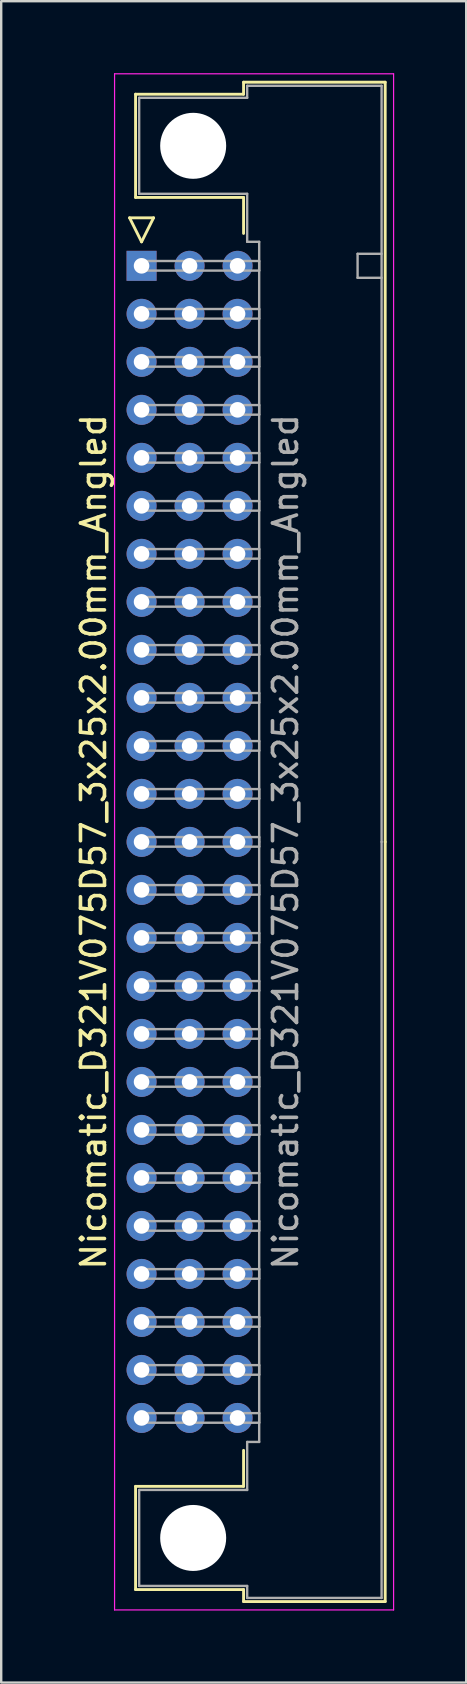
<source format=kicad_pcb>
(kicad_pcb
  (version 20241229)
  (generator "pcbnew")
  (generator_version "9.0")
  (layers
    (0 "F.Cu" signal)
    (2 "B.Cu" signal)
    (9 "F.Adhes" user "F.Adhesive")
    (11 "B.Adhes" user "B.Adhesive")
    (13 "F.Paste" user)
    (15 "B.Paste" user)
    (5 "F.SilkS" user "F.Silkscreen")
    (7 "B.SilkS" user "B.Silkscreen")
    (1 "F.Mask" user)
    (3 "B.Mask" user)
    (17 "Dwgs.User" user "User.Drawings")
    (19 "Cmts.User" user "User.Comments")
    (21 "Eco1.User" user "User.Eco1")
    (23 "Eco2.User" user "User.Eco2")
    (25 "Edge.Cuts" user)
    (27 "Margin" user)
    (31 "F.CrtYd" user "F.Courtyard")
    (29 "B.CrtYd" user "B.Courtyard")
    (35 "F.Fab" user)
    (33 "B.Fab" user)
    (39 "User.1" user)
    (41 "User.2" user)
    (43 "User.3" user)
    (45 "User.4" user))
  (footprint "Nicomatic_D321V075D57_3x25x2.00mm_Angled"
    (layer "F.Cu")
    (at 2.848 8.025)
    (property "Reference" "Nicomatic_D321V075D57_3x25x2.00mm_Angled" (at -2 24 90) (layer "F.SilkS") (effects (font (size 1 1) (thickness 0.15))))
    (attr through_hole)
    (fp_line (start -0.5 -2) (end 0 -1) (stroke (width 0.12) (type solid)) (layer "F.SilkS"))
    (fp_line (start -0.25 -7.15) (end -0.25 -2.85) (stroke (width 0.12) (type solid)) (layer "F.SilkS"))
    (fp_line (start -0.25 -2.85) (end 4.25 -2.85) (stroke (width 0.12) (type solid)) (layer "F.SilkS"))
    (fp_line (start -0.25 50.85) (end 4.25 50.85) (stroke (width 0.12) (type solid)) (layer "F.SilkS"))
    (fp_line (start -0.25 55.15) (end -0.25 50.85) (stroke (width 0.12) (type solid)) (layer "F.SilkS"))
    (fp_line (start 0 -1) (end 0.5 -2) (stroke (width 0.12) (type solid)) (layer "F.SilkS"))
    (fp_line (start 0.5 -2) (end -0.5 -2) (stroke (width 0.12) (type solid)) (layer "F.SilkS"))
    (fp_line (start 4.25 -7.65) (end 4.25 -7.15) (stroke (width 0.12) (type solid)) (layer "F.SilkS"))
    (fp_line (start 4.25 -7.15) (end -0.25 -7.15) (stroke (width 0.12) (type solid)) (layer "F.SilkS"))
    (fp_line (start 4.25 -2.85) (end 4.25 -1.35) (stroke (width 0.12) (type solid)) (layer "F.SilkS"))
    (fp_line (start 4.25 50.85) (end 4.25 49.35) (stroke (width 0.12) (type solid)) (layer "F.SilkS"))
    (fp_line (start 4.25 55.15) (end -0.25 55.15) (stroke (width 0.12) (type solid)) (layer "F.SilkS"))
    (fp_line (start 4.25 55.65) (end 4.25 55.15) (stroke (width 0.12) (type solid)) (layer "F.SilkS"))
    (fp_line (start 10.15 -7.65) (end 4.25 -7.65) (stroke (width 0.12) (type solid)) (layer "F.SilkS"))
    (fp_line (start 10.15 24) (end 10.15 -7.65) (stroke (width 0.12) (type solid)) (layer "F.SilkS"))
    (fp_line (start 10.15 24) (end 10.15 55.65) (stroke (width 0.12) (type solid)) (layer "F.SilkS"))
    (fp_line (start 10.15 55.65) (end 4.25 55.65) (stroke (width 0.12) (type solid)) (layer "F.SilkS"))
    (fp_line (start -1.125 -8) (end -1.125 56) (stroke (width 0.05) (type solid)) (layer "F.CrtYd"))
    (fp_line (start -1.125 56) (end 10.5 56) (stroke (width 0.05) (type solid)) (layer "F.CrtYd"))
    (fp_line (start 10.5 -8) (end -1.125 -8) (stroke (width 0.05) (type solid)) (layer "F.CrtYd"))
    (fp_line (start 10.5 56) (end 10.5 -8) (stroke (width 0.05) (type solid)) (layer "F.CrtYd"))
    (fp_line (start -0.1 -7) (end -0.1 -3) (stroke (width 0.1) (type solid)) (layer "F.Fab"))
    (fp_line (start -0.1 -3) (end 4.4 -3) (stroke (width 0.1) (type solid)) (layer "F.Fab"))
    (fp_line (start -0.1 51) (end 4.4 51) (stroke (width 0.1) (type solid)) (layer "F.Fab"))
    (fp_line (start -0.1 55) (end -0.1 51) (stroke (width 0.1) (type solid)) (layer "F.Fab"))
    (fp_line (start 0 -0.2) (end 0 0.2) (stroke (width 0.1) (type solid)) (layer "F.Fab"))
    (fp_line (start 0 0.2) (end 4.9 0.2) (stroke (width 0.1) (type solid)) (layer "F.Fab"))
    (fp_line (start 0 1.8) (end 0 2.2) (stroke (width 0.1) (type solid)) (layer "F.Fab"))
    (fp_line (start 0 2.2) (end 4.9 2.2) (stroke (width 0.1) (type solid)) (layer "F.Fab"))
    (fp_line (start 0 3.8) (end 0 4.2) (stroke (width 0.1) (type solid)) (layer "F.Fab"))
    (fp_line (start 0 4.2) (end 4.9 4.2) (stroke (width 0.1) (type solid)) (layer "F.Fab"))
    (fp_line (start 0 5.8) (end 0 6.2) (stroke (width 0.1) (type solid)) (layer "F.Fab"))
    (fp_line (start 0 6.2) (end 4.9 6.2) (stroke (width 0.1) (type solid)) (layer "F.Fab"))
    (fp_line (start 0 7.8) (end 0 8.2) (stroke (width 0.1) (type solid)) (layer "F.Fab"))
    (fp_line (start 0 8.2) (end 4.9 8.2) (stroke (width 0.1) (type solid)) (layer "F.Fab"))
    (fp_line (start 0 9.8) (end 0 10.2) (stroke (width 0.1) (type solid)) (layer "F.Fab"))
    (fp_line (start 0 10.2) (end 4.9 10.2) (stroke (width 0.1) (type solid)) (layer "F.Fab"))
    (fp_line (start 0 11.8) (end 0 12.2) (stroke (width 0.1) (type solid)) (layer "F.Fab"))
    (fp_line (start 0 12.2) (end 4.9 12.2) (stroke (width 0.1) (type solid)) (layer "F.Fab"))
    (fp_line (start 0 13.8) (end 0 14.2) (stroke (width 0.1) (type solid)) (layer "F.Fab"))
    (fp_line (start 0 14.2) (end 4.9 14.2) (stroke (width 0.1) (type solid)) (layer "F.Fab"))
    (fp_line (start 0 15.8) (end 0 16.2) (stroke (width 0.1) (type solid)) (layer "F.Fab"))
    (fp_line (start 0 16.2) (end 4.9 16.2) (stroke (width 0.1) (type solid)) (layer "F.Fab"))
    (fp_line (start 0 17.8) (end 0 18.2) (stroke (width 0.1) (type solid)) (layer "F.Fab"))
    (fp_line (start 0 18.2) (end 4.9 18.2) (stroke (width 0.1) (type solid)) (layer "F.Fab"))
    (fp_line (start 0 19.8) (end 0 20.2) (stroke (width 0.1) (type solid)) (layer "F.Fab"))
    (fp_line (start 0 20.2) (end 4.9 20.2) (stroke (width 0.1) (type solid)) (layer "F.Fab"))
    (fp_line (start 0 21.8) (end 0 22.2) (stroke (width 0.1) (type solid)) (layer "F.Fab"))
    (fp_line (start 0 22.2) (end 4.9 22.2) (stroke (width 0.1) (type solid)) (layer "F.Fab"))
    (fp_line (start 0 23.8) (end 0 24.2) (stroke (width 0.1) (type solid)) (layer "F.Fab"))
    (fp_line (start 0 24.2) (end 4.9 24.2) (stroke (width 0.1) (type solid)) (layer "F.Fab"))
    (fp_line (start 0 25.8) (end 0 26.2) (stroke (width 0.1) (type solid)) (layer "F.Fab"))
    (fp_line (start 0 26.2) (end 4.9 26.2) (stroke (width 0.1) (type solid)) (layer "F.Fab"))
    (fp_line (start 0 27.8) (end 0 28.2) (stroke (width 0.1) (type solid)) (layer "F.Fab"))
    (fp_line (start 0 28.2) (end 4.9 28.2) (stroke (width 0.1) (type solid)) (layer "F.Fab"))
    (fp_line (start 0 29.8) (end 0 30.2) (stroke (width 0.1) (type solid)) (layer "F.Fab"))
    (fp_line (start 0 30.2) (end 4.9 30.2) (stroke (width 0.1) (type solid)) (layer "F.Fab"))
    (fp_line (start 0 31.8) (end 0 32.2) (stroke (width 0.1) (type solid)) (layer "F.Fab"))
    (fp_line (start 0 32.2) (end 4.9 32.2) (stroke (width 0.1) (type solid)) (layer "F.Fab"))
    (fp_line (start 0 33.8) (end 0 34.2) (stroke (width 0.1) (type solid)) (layer "F.Fab"))
    (fp_line (start 0 34.2) (end 4.9 34.2) (stroke (width 0.1) (type solid)) (layer "F.Fab"))
    (fp_line (start 0 35.8) (end 0 36.2) (stroke (width 0.1) (type solid)) (layer "F.Fab"))
    (fp_line (start 0 36.2) (end 4.9 36.2) (stroke (width 0.1) (type solid)) (layer "F.Fab"))
    (fp_line (start 0 37.8) (end 0 38.2) (stroke (width 0.1) (type solid)) (layer "F.Fab"))
    (fp_line (start 0 38.2) (end 4.9 38.2) (stroke (width 0.1) (type solid)) (layer "F.Fab"))
    (fp_line (start 0 39.8) (end 0 40.2) (stroke (width 0.1) (type solid)) (layer "F.Fab"))
    (fp_line (start 0 40.2) (end 4.9 40.2) (stroke (width 0.1) (type solid)) (layer "F.Fab"))
    (fp_line (start 0 41.8) (end 0 42.2) (stroke (width 0.1) (type solid)) (layer "F.Fab"))
    (fp_line (start 0 42.2) (end 4.9 42.2) (stroke (width 0.1) (type solid)) (layer "F.Fab"))
    (fp_line (start 0 43.8) (end 0 44.2) (stroke (width 0.1) (type solid)) (layer "F.Fab"))
    (fp_line (start 0 44.2) (end 4.9 44.2) (stroke (width 0.1) (type solid)) (layer "F.Fab"))
    (fp_line (start 0 45.8) (end 0 46.2) (stroke (width 0.1) (type solid)) (layer "F.Fab"))
    (fp_line (start 0 46.2) (end 4.9 46.2) (stroke (width 0.1) (type solid)) (layer "F.Fab"))
    (fp_line (start 0 47.8) (end 0 48.2) (stroke (width 0.1) (type solid)) (layer "F.Fab"))
    (fp_line (start 0 48.2) (end 4.9 48.2) (stroke (width 0.1) (type solid)) (layer "F.Fab"))
    (fp_line (start 4.4 -7.5) (end 4.4 -7) (stroke (width 0.1) (type solid)) (layer "F.Fab"))
    (fp_line (start 4.4 -7) (end -0.1 -7) (stroke (width 0.1) (type solid)) (layer "F.Fab"))
    (fp_line (start 4.4 -3) (end 4.4 -1) (stroke (width 0.1) (type solid)) (layer "F.Fab"))
    (fp_line (start 4.4 -1) (end 4.9 -1) (stroke (width 0.1) (type solid)) (layer "F.Fab"))
    (fp_line (start 4.4 49) (end 4.9 49) (stroke (width 0.1) (type solid)) (layer "F.Fab"))
    (fp_line (start 4.4 51) (end 4.4 49) (stroke (width 0.1) (type solid)) (layer "F.Fab"))
    (fp_line (start 4.4 55) (end -0.1 55) (stroke (width 0.1) (type solid)) (layer "F.Fab"))
    (fp_line (start 4.4 55.5) (end 4.4 55) (stroke (width 0.1) (type solid)) (layer "F.Fab"))
    (fp_line (start 4.9 -1) (end 4.9 24) (stroke (width 0.1) (type solid)) (layer "F.Fab"))
    (fp_line (start 4.9 -0.2) (end 0 -0.2) (stroke (width 0.1) (type solid)) (layer "F.Fab"))
    (fp_line (start 4.9 0.2) (end 4.9 -0.2) (stroke (width 0.1) (type solid)) (layer "F.Fab"))
    (fp_line (start 4.9 1.8) (end 0 1.8) (stroke (width 0.1) (type solid)) (layer "F.Fab"))
    (fp_line (start 4.9 2.2) (end 4.9 1.8) (stroke (width 0.1) (type solid)) (layer "F.Fab"))
    (fp_line (start 4.9 3.8) (end 0 3.8) (stroke (width 0.1) (type solid)) (layer "F.Fab"))
    (fp_line (start 4.9 4.2) (end 4.9 3.8) (stroke (width 0.1) (type solid)) (layer "F.Fab"))
    (fp_line (start 4.9 5.8) (end 0 5.8) (stroke (width 0.1) (type solid)) (layer "F.Fab"))
    (fp_line (start 4.9 6.2) (end 4.9 5.8) (stroke (width 0.1) (type solid)) (layer "F.Fab"))
    (fp_line (start 4.9 7.8) (end 0 7.8) (stroke (width 0.1) (type solid)) (layer "F.Fab"))
    (fp_line (start 4.9 8.2) (end 4.9 7.8) (stroke (width 0.1) (type solid)) (layer "F.Fab"))
    (fp_line (start 4.9 9.8) (end 0 9.8) (stroke (width 0.1) (type solid)) (layer "F.Fab"))
    (fp_line (start 4.9 10.2) (end 4.9 9.8) (stroke (width 0.1) (type solid)) (layer "F.Fab"))
    (fp_line (start 4.9 11.8) (end 0 11.8) (stroke (width 0.1) (type solid)) (layer "F.Fab"))
    (fp_line (start 4.9 12.2) (end 4.9 11.8) (stroke (width 0.1) (type solid)) (layer "F.Fab"))
    (fp_line (start 4.9 13.8) (end 0 13.8) (stroke (width 0.1) (type solid)) (layer "F.Fab"))
    (fp_line (start 4.9 14.2) (end 4.9 13.8) (stroke (width 0.1) (type solid)) (layer "F.Fab"))
    (fp_line (start 4.9 15.8) (end 0 15.8) (stroke (width 0.1) (type solid)) (layer "F.Fab"))
    (fp_line (start 4.9 16.2) (end 4.9 15.8) (stroke (width 0.1) (type solid)) (layer "F.Fab"))
    (fp_line (start 4.9 17.8) (end 0 17.8) (stroke (width 0.1) (type solid)) (layer "F.Fab"))
    (fp_line (start 4.9 18.2) (end 4.9 17.8) (stroke (width 0.1) (type solid)) (layer "F.Fab"))
    (fp_line (start 4.9 19.8) (end 0 19.8) (stroke (width 0.1) (type solid)) (layer "F.Fab"))
    (fp_line (start 4.9 20.2) (end 4.9 19.8) (stroke (width 0.1) (type solid)) (layer "F.Fab"))
    (fp_line (start 4.9 21.8) (end 0 21.8) (stroke (width 0.1) (type solid)) (layer "F.Fab"))
    (fp_line (start 4.9 22.2) (end 4.9 21.8) (stroke (width 0.1) (type solid)) (layer "F.Fab"))
    (fp_line (start 4.9 23.8) (end 0 23.8) (stroke (width 0.1) (type solid)) (layer "F.Fab"))
    (fp_line (start 4.9 24.2) (end 4.9 23.8) (stroke (width 0.1) (type solid)) (layer "F.Fab"))
    (fp_line (start 4.9 25.8) (end 0 25.8) (stroke (width 0.1) (type solid)) (layer "F.Fab"))
    (fp_line (start 4.9 26.2) (end 4.9 25.8) (stroke (width 0.1) (type solid)) (layer "F.Fab"))
    (fp_line (start 4.9 27.8) (end 0 27.8) (stroke (width 0.1) (type solid)) (layer "F.Fab"))
    (fp_line (start 4.9 28.2) (end 4.9 27.8) (stroke (width 0.1) (type solid)) (layer "F.Fab"))
    (fp_line (start 4.9 29.8) (end 0 29.8) (stroke (width 0.1) (type solid)) (layer "F.Fab"))
    (fp_line (start 4.9 30.2) (end 4.9 29.8) (stroke (width 0.1) (type solid)) (layer "F.Fab"))
    (fp_line (start 4.9 31.8) (end 0 31.8) (stroke (width 0.1) (type solid)) (layer "F.Fab"))
    (fp_line (start 4.9 32.2) (end 4.9 31.8) (stroke (width 0.1) (type solid)) (layer "F.Fab"))
    (fp_line (start 4.9 33.8) (end 0 33.8) (stroke (width 0.1) (type solid)) (layer "F.Fab"))
    (fp_line (start 4.9 34.2) (end 4.9 33.8) (stroke (width 0.1) (type solid)) (layer "F.Fab"))
    (fp_line (start 4.9 35.8) (end 0 35.8) (stroke (width 0.1) (type solid)) (layer "F.Fab"))
    (fp_line (start 4.9 36.2) (end 4.9 35.8) (stroke (width 0.1) (type solid)) (layer "F.Fab"))
    (fp_line (start 4.9 37.8) (end 0 37.8) (stroke (width 0.1) (type solid)) (layer "F.Fab"))
    (fp_line (start 4.9 38.2) (end 4.9 37.8) (stroke (width 0.1) (type solid)) (layer "F.Fab"))
    (fp_line (start 4.9 39.8) (end 0 39.8) (stroke (width 0.1) (type solid)) (layer "F.Fab"))
    (fp_line (start 4.9 40.2) (end 4.9 39.8) (stroke (width 0.1) (type solid)) (layer "F.Fab"))
    (fp_line (start 4.9 41.8) (end 0 41.8) (stroke (width 0.1) (type solid)) (layer "F.Fab"))
    (fp_line (start 4.9 42.2) (end 4.9 41.8) (stroke (width 0.1) (type solid)) (layer "F.Fab"))
    (fp_line (start 4.9 43.8) (end 0 43.8) (stroke (width 0.1) (type solid)) (layer "F.Fab"))
    (fp_line (start 4.9 44.2) (end 4.9 43.8) (stroke (width 0.1) (type solid)) (layer "F.Fab"))
    (fp_line (start 4.9 45.8) (end 0 45.8) (stroke (width 0.1) (type solid)) (layer "F.Fab"))
    (fp_line (start 4.9 46.2) (end 4.9 45.8) (stroke (width 0.1) (type solid)) (layer "F.Fab"))
    (fp_line (start 4.9 47.8) (end 0 47.8) (stroke (width 0.1) (type solid)) (layer "F.Fab"))
    (fp_line (start 4.9 48.2) (end 4.9 47.8) (stroke (width 0.1) (type solid)) (layer "F.Fab"))
    (fp_line (start 4.9 49) (end 4.9 24) (stroke (width 0.1) (type solid)) (layer "F.Fab"))
    (fp_line (start 9 -0.5) (end 9 0.5) (stroke (width 0.1) (type solid)) (layer "F.Fab"))
    (fp_line (start 9 0.5) (end 10 0.5) (stroke (width 0.1) (type solid)) (layer "F.Fab"))
    (fp_line (start 10 -7.5) (end 4.4 -7.5) (stroke (width 0.1) (type solid)) (layer "F.Fab"))
    (fp_line (start 10 -0.5) (end 9 -0.5) (stroke (width 0.1) (type solid)) (layer "F.Fab"))
    (fp_line (start 10 24) (end 10 -7.5) (stroke (width 0.1) (type solid)) (layer "F.Fab"))
    (fp_line (start 10 24) (end 10 55.5) (stroke (width 0.1) (type solid)) (layer "F.Fab"))
    (fp_line (start 10 55.5) (end 4.4 55.5) (stroke (width 0.1) (type solid)) (layer "F.Fab"))
    (fp_text user "${REFERENCE}" (at 6 24 90) (layer "F.Fab") (effects (font (size 1 1) (thickness 0.15))))
    (pad "" np_thru_hole circle (at 2.15 -5) (size 2.75 2.75) (drill 2.75) (layers "*.Cu" "*.Mask"))
    (pad "" np_thru_hole circle (at 2.15 53) (size 2.75 2.75) (drill 2.75) (layers "*.Cu" "*.Mask"))
    (pad "1" thru_hole rect (at 0 0) (size 1.25 1.25) (drill 0.65) (layers "*.Cu" "*.Mask"))
    (pad "2" thru_hole oval (at 0 2) (size 1.25 1.25) (drill 0.65) (layers "*.Cu" "*.Mask"))
    (pad "3" thru_hole oval (at 0 4) (size 1.25 1.25) (drill 0.65) (layers "*.Cu" "*.Mask"))
    (pad "4" thru_hole oval (at 0 6) (size 1.25 1.25) (drill 0.65) (layers "*.Cu" "*.Mask"))
    (pad "5" thru_hole oval (at 0 8) (size 1.25 1.25) (drill 0.65) (layers "*.Cu" "*.Mask"))
    (pad "6" thru_hole oval (at 0 10) (size 1.25 1.25) (drill 0.65) (layers "*.Cu" "*.Mask"))
    (pad "7" thru_hole oval (at 0 12) (size 1.25 1.25) (drill 0.65) (layers "*.Cu" "*.Mask"))
    (pad "8" thru_hole oval (at 0 14) (size 1.25 1.25) (drill 0.65) (layers "*.Cu" "*.Mask"))
    (pad "9" thru_hole oval (at 0 16) (size 1.25 1.25) (drill 0.65) (layers "*.Cu" "*.Mask"))
    (pad "10" thru_hole oval (at 0 18) (size 1.25 1.25) (drill 0.65) (layers "*.Cu" "*.Mask"))
    (pad "11" thru_hole oval (at 0 20) (size 1.25 1.25) (drill 0.65) (layers "*.Cu" "*.Mask"))
    (pad "12" thru_hole oval (at 0 22) (size 1.25 1.25) (drill 0.65) (layers "*.Cu" "*.Mask"))
    (pad "13" thru_hole oval (at 0 24) (size 1.25 1.25) (drill 0.65) (layers "*.Cu" "*.Mask"))
    (pad "14" thru_hole oval (at 0 26) (size 1.25 1.25) (drill 0.65) (layers "*.Cu" "*.Mask"))
    (pad "15" thru_hole oval (at 0 28) (size 1.25 1.25) (drill 0.65) (layers "*.Cu" "*.Mask"))
    (pad "16" thru_hole oval (at 0 30) (size 1.25 1.25) (drill 0.65) (layers "*.Cu" "*.Mask"))
    (pad "17" thru_hole oval (at 0 32) (size 1.25 1.25) (drill 0.65) (layers "*.Cu" "*.Mask"))
    (pad "18" thru_hole oval (at 0 34) (size 1.25 1.25) (drill 0.65) (layers "*.Cu" "*.Mask"))
    (pad "19" thru_hole oval (at 0 36) (size 1.25 1.25) (drill 0.65) (layers "*.Cu" "*.Mask"))
    (pad "20" thru_hole oval (at 0 38) (size 1.25 1.25) (drill 0.65) (layers "*.Cu" "*.Mask"))
    (pad "21" thru_hole oval (at 0 40) (size 1.25 1.25) (drill 0.65) (layers "*.Cu" "*.Mask"))
    (pad "22" thru_hole oval (at 0 42) (size 1.25 1.25) (drill 0.65) (layers "*.Cu" "*.Mask"))
    (pad "23" thru_hole oval (at 0 44) (size 1.25 1.25) (drill 0.65) (layers "*.Cu" "*.Mask"))
    (pad "24" thru_hole oval (at 0 46) (size 1.25 1.25) (drill 0.65) (layers "*.Cu" "*.Mask"))
    (pad "25" thru_hole oval (at 0 48) (size 1.25 1.25) (drill 0.65) (layers "*.Cu" "*.Mask"))
    (pad "26" thru_hole oval (at 2 0) (size 1.25 1.25) (drill 0.65) (layers "*.Cu" "*.Mask"))
    (pad "27" thru_hole oval (at 2 2) (size 1.25 1.25) (drill 0.65) (layers "*.Cu" "*.Mask"))
    (pad "28" thru_hole oval (at 2 4) (size 1.25 1.25) (drill 0.65) (layers "*.Cu" "*.Mask"))
    (pad "29" thru_hole oval (at 2 6) (size 1.25 1.25) (drill 0.65) (layers "*.Cu" "*.Mask"))
    (pad "30" thru_hole oval (at 2 8) (size 1.25 1.25) (drill 0.65) (layers "*.Cu" "*.Mask"))
    (pad "31" thru_hole oval (at 2 10) (size 1.25 1.25) (drill 0.65) (layers "*.Cu" "*.Mask"))
    (pad "32" thru_hole oval (at 2 12) (size 1.25 1.25) (drill 0.65) (layers "*.Cu" "*.Mask"))
    (pad "33" thru_hole oval (at 2 14) (size 1.25 1.25) (drill 0.65) (layers "*.Cu" "*.Mask"))
    (pad "34" thru_hole oval (at 2 16) (size 1.25 1.25) (drill 0.65) (layers "*.Cu" "*.Mask"))
    (pad "35" thru_hole oval (at 2 18) (size 1.25 1.25) (drill 0.65) (layers "*.Cu" "*.Mask"))
    (pad "36" thru_hole oval (at 2 20) (size 1.25 1.25) (drill 0.65) (layers "*.Cu" "*.Mask"))
    (pad "37" thru_hole oval (at 2 22) (size 1.25 1.25) (drill 0.65) (layers "*.Cu" "*.Mask"))
    (pad "38" thru_hole oval (at 2 24) (size 1.25 1.25) (drill 0.65) (layers "*.Cu" "*.Mask"))
    (pad "39" thru_hole oval (at 2 26) (size 1.25 1.25) (drill 0.65) (layers "*.Cu" "*.Mask"))
    (pad "40" thru_hole oval (at 2 28) (size 1.25 1.25) (drill 0.65) (layers "*.Cu" "*.Mask"))
    (pad "41" thru_hole oval (at 2 30) (size 1.25 1.25) (drill 0.65) (layers "*.Cu" "*.Mask"))
    (pad "42" thru_hole oval (at 2 32) (size 1.25 1.25) (drill 0.65) (layers "*.Cu" "*.Mask"))
    (pad "43" thru_hole oval (at 2 34) (size 1.25 1.25) (drill 0.65) (layers "*.Cu" "*.Mask"))
    (pad "44" thru_hole oval (at 2 36) (size 1.25 1.25) (drill 0.65) (layers "*.Cu" "*.Mask"))
    (pad "45" thru_hole oval (at 2 38) (size 1.25 1.25) (drill 0.65) (layers "*.Cu" "*.Mask"))
    (pad "46" thru_hole oval (at 2 40) (size 1.25 1.25) (drill 0.65) (layers "*.Cu" "*.Mask"))
    (pad "47" thru_hole oval (at 2 42) (size 1.25 1.25) (drill 0.65) (layers "*.Cu" "*.Mask"))
    (pad "48" thru_hole oval (at 2 44) (size 1.25 1.25) (drill 0.65) (layers "*.Cu" "*.Mask"))
    (pad "49" thru_hole oval (at 2 46) (size 1.25 1.25) (drill 0.65) (layers "*.Cu" "*.Mask"))
    (pad "50" thru_hole oval (at 2 48) (size 1.25 1.25) (drill 0.65) (layers "*.Cu" "*.Mask"))
    (pad "51" thru_hole oval (at 4 0) (size 1.25 1.25) (drill 0.65) (layers "*.Cu" "*.Mask"))
    (pad "52" thru_hole oval (at 4 2) (size 1.25 1.25) (drill 0.65) (layers "*.Cu" "*.Mask"))
    (pad "53" thru_hole oval (at 4 4) (size 1.25 1.25) (drill 0.65) (layers "*.Cu" "*.Mask"))
    (pad "54" thru_hole oval (at 4 6) (size 1.25 1.25) (drill 0.65) (layers "*.Cu" "*.Mask"))
    (pad "55" thru_hole oval (at 4 8) (size 1.25 1.25) (drill 0.65) (layers "*.Cu" "*.Mask"))
    (pad "56" thru_hole oval (at 4 10) (size 1.25 1.25) (drill 0.65) (layers "*.Cu" "*.Mask"))
    (pad "57" thru_hole oval (at 4 12) (size 1.25 1.25) (drill 0.65) (layers "*.Cu" "*.Mask"))
    (pad "58" thru_hole oval (at 4 14) (size 1.25 1.25) (drill 0.65) (layers "*.Cu" "*.Mask"))
    (pad "59" thru_hole oval (at 4 16) (size 1.25 1.25) (drill 0.65) (layers "*.Cu" "*.Mask"))
    (pad "60" thru_hole oval (at 4 18) (size 1.25 1.25) (drill 0.65) (layers "*.Cu" "*.Mask"))
    (pad "61" thru_hole oval (at 4 20) (size 1.25 1.25) (drill 0.65) (layers "*.Cu" "*.Mask"))
    (pad "62" thru_hole oval (at 4 22) (size 1.25 1.25) (drill 0.65) (layers "*.Cu" "*.Mask"))
    (pad "63" thru_hole oval (at 4 24) (size 1.25 1.25) (drill 0.65) (layers "*.Cu" "*.Mask"))
    (pad "64" thru_hole oval (at 4 26) (size 1.25 1.25) (drill 0.65) (layers "*.Cu" "*.Mask"))
    (pad "65" thru_hole oval (at 4 28) (size 1.25 1.25) (drill 0.65) (layers "*.Cu" "*.Mask"))
    (pad "66" thru_hole oval (at 4 30) (size 1.25 1.25) (drill 0.65) (layers "*.Cu" "*.Mask"))
    (pad "67" thru_hole oval (at 4 32) (size 1.25 1.25) (drill 0.65) (layers "*.Cu" "*.Mask"))
    (pad "68" thru_hole oval (at 4 34) (size 1.25 1.25) (drill 0.65) (layers "*.Cu" "*.Mask"))
    (pad "69" thru_hole oval (at 4 36) (size 1.25 1.25) (drill 0.65) (layers "*.Cu" "*.Mask"))
    (pad "70" thru_hole oval (at 4 38) (size 1.25 1.25) (drill 0.65) (layers "*.Cu" "*.Mask"))
    (pad "71" thru_hole oval (at 4 40) (size 1.25 1.25) (drill 0.65) (layers "*.Cu" "*.Mask"))
    (pad "72" thru_hole oval (at 4 42) (size 1.25 1.25) (drill 0.65) (layers "*.Cu" "*.Mask"))
    (pad "73" thru_hole oval (at 4 44) (size 1.25 1.25) (drill 0.65) (layers "*.Cu" "*.Mask"))
    (pad "74" thru_hole oval (at 4 46) (size 1.25 1.25) (drill 0.65) (layers "*.Cu" "*.Mask"))
    (pad "75" thru_hole oval (at 4 48) (size 1.25 1.25) (drill 0.65) (layers "*.Cu" "*.Mask")))
  (gr_rect
    (start -3 -3)
    (end 16.373 67.05)
    (stroke (width 0.1) (type default))
    (fill no)
    (layer "Edge.Cuts")))
</source>
